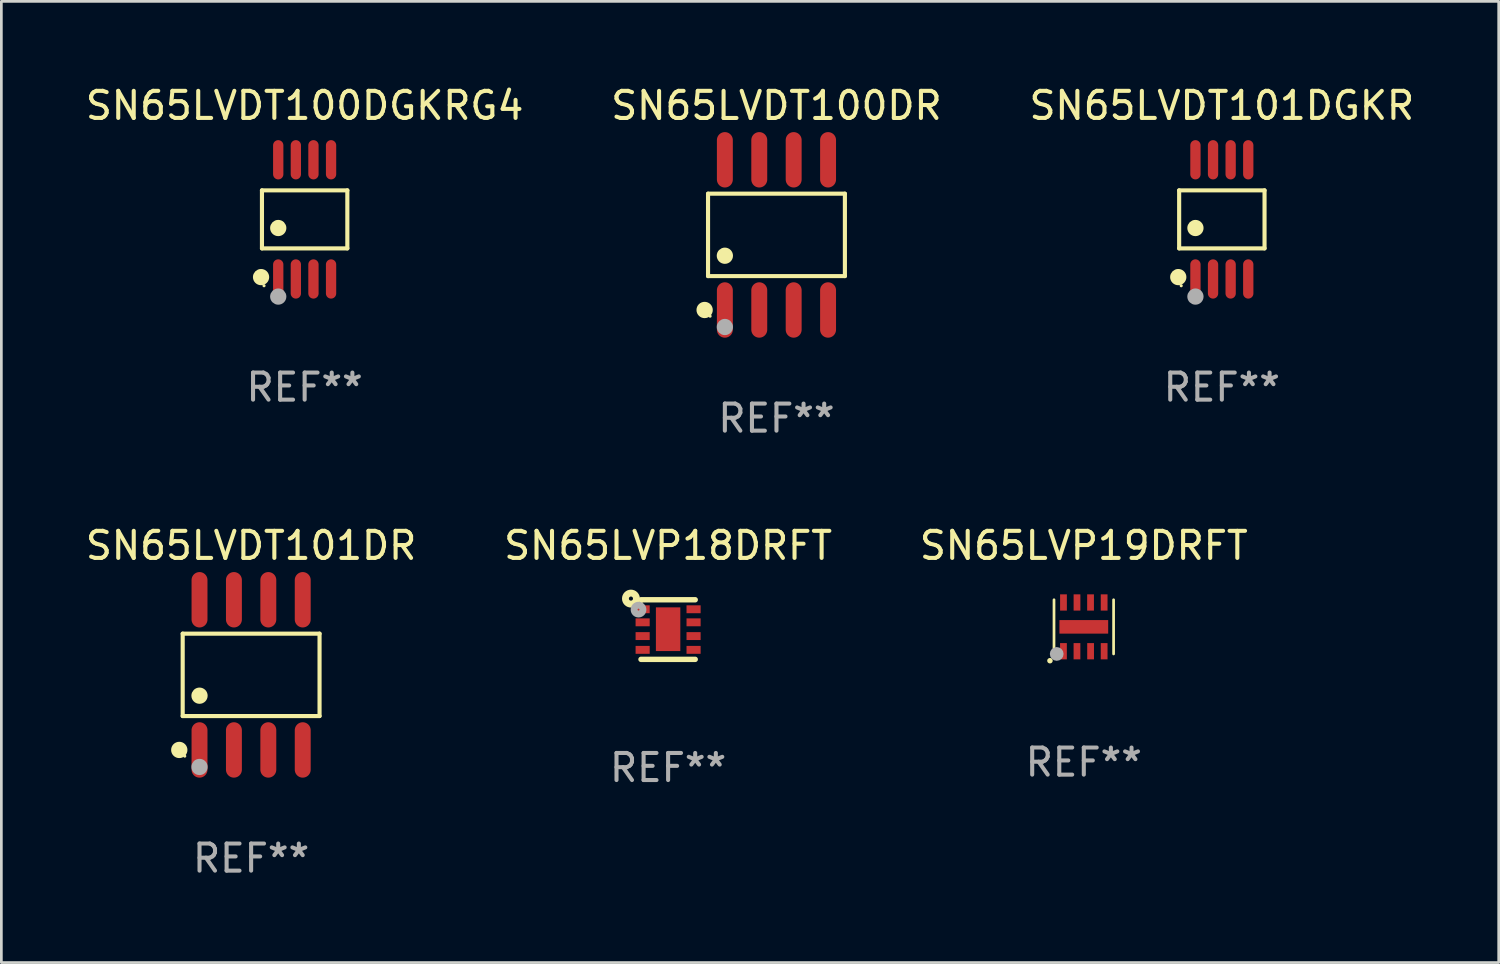
<source format=kicad_pcb>
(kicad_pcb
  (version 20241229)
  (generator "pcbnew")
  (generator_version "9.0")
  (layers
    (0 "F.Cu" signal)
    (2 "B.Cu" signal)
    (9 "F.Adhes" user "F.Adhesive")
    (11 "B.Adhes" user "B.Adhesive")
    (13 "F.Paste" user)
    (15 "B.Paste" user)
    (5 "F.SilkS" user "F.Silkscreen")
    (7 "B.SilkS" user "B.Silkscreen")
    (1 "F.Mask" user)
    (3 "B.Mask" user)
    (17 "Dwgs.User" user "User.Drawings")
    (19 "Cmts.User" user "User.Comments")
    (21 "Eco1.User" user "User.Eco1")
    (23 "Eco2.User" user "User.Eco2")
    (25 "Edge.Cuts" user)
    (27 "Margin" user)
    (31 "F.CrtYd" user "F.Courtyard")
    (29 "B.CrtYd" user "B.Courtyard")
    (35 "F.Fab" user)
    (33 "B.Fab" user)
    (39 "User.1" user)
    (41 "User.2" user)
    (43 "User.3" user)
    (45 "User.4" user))
  (footprint "SN65LVDT101DGKR"
    (layer "F.Cu")
    (at 42.054 5.048)
    (property "Reference" "SN65LVDT101DGKR" (at 0 -4.2 0) (layer "F.SilkS") (effects (font (size 1 1) (thickness 0.15))))
    (attr through_hole)
    (fp_line (start -1.576 -1.071) (end 1.576 -1.071) (stroke (width 0.152) (type solid)) (layer "F.SilkS"))
    (fp_line (start -1.576 1.071) (end -1.576 -1.071) (stroke (width 0.152) (type solid)) (layer "F.SilkS"))
    (fp_line (start 1.576 -1.071) (end 1.576 1.071) (stroke (width 0.152) (type solid)) (layer "F.SilkS"))
    (fp_line (start 1.576 1.071) (end -1.576 1.071) (stroke (width 0.152) (type solid)) (layer "F.SilkS"))
    (fp_circle (center -1.609 2.131) (end -1.459 2.131) (stroke (width 0.3) (type solid)) (fill no) (layer "F.SilkS"))
    (fp_circle (center -1.5 2.45) (end -1.47 2.45) (stroke (width 0.06) (type solid)) (fill no) (layer "F.SilkS"))
    (fp_circle (center -0.975 0.319) (end -0.825 0.319) (stroke (width 0.3) (type solid)) (fill no) (layer "F.SilkS"))
    (fp_circle (center -0.975 2.85) (end -0.825 2.85) (stroke (width 0.3) (type solid)) (fill no) (layer "F.Fab"))
    (fp_text user "REF**" (at 0 6.2 0) (layer "F.Fab") (effects (font (size 1 1) (thickness 0.15))))
    (pad "1" smd oval (at -0.975 2.2) (size 0.38 1.45) (layers "F.Cu" "F.Mask" "F.Paste"))
    (pad "2" smd oval (at -0.325 2.2) (size 0.38 1.45) (layers "F.Cu" "F.Mask" "F.Paste"))
    (pad "3" smd oval (at 0.325 2.2) (size 0.38 1.45) (layers "F.Cu" "F.Mask" "F.Paste"))
    (pad "4" smd oval (at 0.975 2.2) (size 0.38 1.45) (layers "F.Cu" "F.Mask" "F.Paste"))
    (pad "5" smd oval (at 0.975 -2.2) (size 0.38 1.45) (layers "F.Cu" "F.Mask" "F.Paste"))
    (pad "6" smd oval (at 0.325 -2.2) (size 0.38 1.45) (layers "F.Cu" "F.Mask" "F.Paste"))
    (pad "7" smd oval (at -0.325 -2.2) (size 0.38 1.45) (layers "F.Cu" "F.Mask" "F.Paste"))
    (pad "8" smd oval (at -0.975 -2.2) (size 0.38 1.45) (layers "F.Cu" "F.Mask" "F.Paste")))
  (footprint "SN65LVP19DRFT"
    (layer "F.Cu")
    (at 36.958 20.09)
    (property "Reference" "SN65LVP19DRFT" (at 0 -3 0) (layer "F.SilkS") (effects (font (size 1 1) (thickness 0.15))))
    (attr through_hole)
    (fp_line (start -1.1 1) (end -1.1 -1) (stroke (width 0.1) (type solid)) (layer "F.SilkS"))
    (fp_line (start 1.1 -1) (end 1.1 1) (stroke (width 0.1) (type solid)) (layer "F.SilkS"))
    (fp_arc (start -1.250572 1.249936) (mid -1.249302 1.249928) (end -1.248032 1.249936) (stroke (width 0.2) (type solid)) (layer "F.SilkS"))
    (fp_circle (center -1 1) (end -0.97 1) (stroke (width 0.06) (type solid)) (fill no) (layer "F.SilkS"))
    (fp_circle (center -1 1) (end -0.873 1) (stroke (width 0.254) (type solid)) (fill no) (layer "F.Fab"))
    (fp_text user "REF**" (at 0 5 0) (layer "F.Fab") (effects (font (size 1 1) (thickness 0.15))))
    (pad "1" smd rect (at -0.751 0.9) (size 0.25 0.6) (layers "F.Cu" "F.Mask" "F.Paste"))
    (pad "2" smd rect (at -0.252 0.9) (size 0.25 0.6) (layers "F.Cu" "F.Mask" "F.Paste"))
    (pad "3" smd rect (at 0.251 0.9) (size 0.25 0.6) (layers "F.Cu" "F.Mask" "F.Paste"))
    (pad "4" smd rect (at 0.751 0.9) (size 0.25 0.6) (layers "F.Cu" "F.Mask" "F.Paste"))
    (pad "5" smd rect (at 0.751 -0.9 180) (size 0.25 0.6) (layers "F.Cu" "F.Mask" "F.Paste"))
    (pad "6" smd rect (at 0.249 -0.9 180) (size 0.25 0.6) (layers "F.Cu" "F.Mask" "F.Paste"))
    (pad "7" smd rect (at -0.251 -0.9 180) (size 0.25 0.6) (layers "F.Cu" "F.Mask" "F.Paste"))
    (pad "8" smd rect (at -0.75 -0.9 180) (size 0.25 0.6) (layers "F.Cu" "F.Mask" "F.Paste"))
    (pad "9" smd rect (at 0.000102 -0.000025 270) (size 0.5 1.8) (layers "F.Cu" "F.Mask" "F.Paste")))
  (footprint "SN65LVDT100DR"
    (layer "F.Cu")
    (at 25.613 5.621)
    (property "Reference" "SN65LVDT100DR" (at 0 -4.772 0) (layer "F.SilkS") (effects (font (size 1 1) (thickness 0.15))))
    (attr through_hole)
    (fp_line (start -2.526 -1.521) (end 2.526 -1.521) (stroke (width 0.152) (type solid)) (layer "F.SilkS"))
    (fp_line (start -2.526 1.521) (end -2.526 -1.521) (stroke (width 0.152) (type solid)) (layer "F.SilkS"))
    (fp_line (start 2.526 -1.521) (end 2.526 1.521) (stroke (width 0.152) (type solid)) (layer "F.SilkS"))
    (fp_line (start 2.526 1.521) (end -2.526 1.521) (stroke (width 0.152) (type solid)) (layer "F.SilkS"))
    (fp_circle (center -2.652 2.772) (end -2.501 2.772) (stroke (width 0.3) (type solid)) (fill no) (layer "F.SilkS"))
    (fp_circle (center -2.45 3) (end -2.42 3) (stroke (width 0.06) (type solid)) (fill no) (layer "F.SilkS"))
    (fp_circle (center -1.905 0.769) (end -1.755 0.769) (stroke (width 0.3) (type solid)) (fill no) (layer "F.SilkS"))
    (fp_circle (center -1.905 3.4) (end -1.755 3.4) (stroke (width 0.3) (type solid)) (fill no) (layer "F.Fab"))
    (fp_text user "REF**" (at 0 6.772 0) (layer "F.Fab") (effects (font (size 1 1) (thickness 0.15))))
    (pad "1" smd oval (at -1.905 2.772) (size 0.588 2.045) (layers "F.Cu" "F.Mask" "F.Paste"))
    (pad "2" smd oval (at -0.635 2.772) (size 0.588 2.045) (layers "F.Cu" "F.Mask" "F.Paste"))
    (pad "3" smd oval (at 0.635 2.772) (size 0.588 2.045) (layers "F.Cu" "F.Mask" "F.Paste"))
    (pad "4" smd oval (at 1.905 2.772) (size 0.588 2.045) (layers "F.Cu" "F.Mask" "F.Paste"))
    (pad "5" smd oval (at 1.905 -2.772) (size 0.588 2.045) (layers "F.Cu" "F.Mask" "F.Paste"))
    (pad "6" smd oval (at 0.635 -2.772) (size 0.588 2.045) (layers "F.Cu" "F.Mask" "F.Paste"))
    (pad "7" smd oval (at -0.635 -2.772) (size 0.588 2.045) (layers "F.Cu" "F.Mask" "F.Paste"))
    (pad "8" smd oval (at -1.905 -2.772) (size 0.588 2.045) (layers "F.Cu" "F.Mask" "F.Paste")))
  (footprint "SN65LVP18DRFT"
    (layer "F.Cu")
    (at 21.613 20.19)
    (property "Reference" "SN65LVP18DRFT" (at 0 -3.1 0) (layer "F.SilkS") (effects (font (size 1 1) (thickness 0.15))))
    (attr through_hole)
    (fp_line (start -1 1.1) (end 1 1.1) (stroke (width 0.201) (type solid)) (layer "F.SilkS"))
    (fp_line (start 1 -1.1) (end -1 -1.1) (stroke (width 0.201) (type solid)) (layer "F.SilkS"))
    (fp_circle (center -1.372 -1.143) (end -1.296 -1.143) (stroke (width 0.254) (type solid)) (fill no) (layer "F.SilkS"))
    (fp_circle (center -1 -1) (end -0.97 -1) (stroke (width 0.06) (type solid)) (fill no) (layer "F.SilkS"))
    (fp_circle (center -1.092 -0.736) (end -1.056 -0.736) (stroke (width 0.254) (type solid)) (fill no) (layer "F.Fab"))
    (fp_text user "REF**" (at 0 5.1 0) (layer "F.Fab") (effects (font (size 1 1) (thickness 0.15))))
    (pad "1" smd rect (at -0.94 -0.749 90) (size 0.292 0.521) (layers "F.Cu" "F.Mask" "F.Paste"))
    (pad "2" smd rect (at -0.94 -0.267 90) (size 0.292 0.521) (layers "F.Cu" "F.Mask" "F.Paste"))
    (pad "3" smd rect (at -0.94 0.241 90) (size 0.292 0.521) (layers "F.Cu" "F.Mask" "F.Paste"))
    (pad "4" smd rect (at -0.94 0.749 90) (size 0.292 0.521) (layers "F.Cu" "F.Mask" "F.Paste"))
    (pad "5" smd rect (at 0.94 0.749 90) (size 0.292 0.521) (layers "F.Cu" "F.Mask" "F.Paste"))
    (pad "6" smd rect (at 0.94 0.241 90) (size 0.292 0.521) (layers "F.Cu" "F.Mask" "F.Paste"))
    (pad "7" smd rect (at 0.94 -0.267 90) (size 0.292 0.521) (layers "F.Cu" "F.Mask" "F.Paste"))
    (pad "8" smd rect (at 0.94 -0.749 90) (size 0.292 0.521) (layers "F.Cu" "F.Mask" "F.Paste"))
    (pad "9" smd rect (at 0.000051 -0.013) (size 0.902 1.613) (layers "F.Cu" "F.Mask" "F.Paste")))
  (footprint "SN65LVDT100DGKRG4"
    (layer "F.Cu")
    (at 8.196 5.048)
    (property "Reference" "SN65LVDT100DGKRG4" (at 0 -4.2 0) (layer "F.SilkS") (effects (font (size 1 1) (thickness 0.15))))
    (attr through_hole)
    (fp_line (start -1.576 -1.071) (end 1.576 -1.071) (stroke (width 0.152) (type solid)) (layer "F.SilkS"))
    (fp_line (start -1.576 1.071) (end -1.576 -1.071) (stroke (width 0.152) (type solid)) (layer "F.SilkS"))
    (fp_line (start 1.576 -1.071) (end 1.576 1.071) (stroke (width 0.152) (type solid)) (layer "F.SilkS"))
    (fp_line (start 1.576 1.071) (end -1.576 1.071) (stroke (width 0.152) (type solid)) (layer "F.SilkS"))
    (fp_circle (center -1.609 2.131) (end -1.459 2.131) (stroke (width 0.3) (type solid)) (fill no) (layer "F.SilkS"))
    (fp_circle (center -1.5 2.45) (end -1.47 2.45) (stroke (width 0.06) (type solid)) (fill no) (layer "F.SilkS"))
    (fp_circle (center -0.975 0.319) (end -0.825 0.319) (stroke (width 0.3) (type solid)) (fill no) (layer "F.SilkS"))
    (fp_circle (center -0.975 2.85) (end -0.825 2.85) (stroke (width 0.3) (type solid)) (fill no) (layer "F.Fab"))
    (fp_text user "REF**" (at 0 6.2 0) (layer "F.Fab") (effects (font (size 1 1) (thickness 0.15))))
    (pad "1" smd oval (at -0.975 2.2) (size 0.38 1.45) (layers "F.Cu" "F.Mask" "F.Paste"))
    (pad "2" smd oval (at -0.325 2.2) (size 0.38 1.45) (layers "F.Cu" "F.Mask" "F.Paste"))
    (pad "3" smd oval (at 0.325 2.2) (size 0.38 1.45) (layers "F.Cu" "F.Mask" "F.Paste"))
    (pad "4" smd oval (at 0.975 2.2) (size 0.38 1.45) (layers "F.Cu" "F.Mask" "F.Paste"))
    (pad "5" smd oval (at 0.975 -2.2) (size 0.38 1.45) (layers "F.Cu" "F.Mask" "F.Paste"))
    (pad "6" smd oval (at 0.325 -2.2) (size 0.38 1.45) (layers "F.Cu" "F.Mask" "F.Paste"))
    (pad "7" smd oval (at -0.325 -2.2) (size 0.38 1.45) (layers "F.Cu" "F.Mask" "F.Paste"))
    (pad "8" smd oval (at -0.975 -2.2) (size 0.38 1.45) (layers "F.Cu" "F.Mask" "F.Paste")))
  (footprint "SN65LVDT101DR"
    (layer "F.Cu")
    (at 6.22 21.862)
    (property "Reference" "SN65LVDT101DR" (at 0 -4.772 0) (layer "F.SilkS") (effects (font (size 1 1) (thickness 0.15))))
    (attr through_hole)
    (fp_line (start -2.526 -1.521) (end 2.526 -1.521) (stroke (width 0.152) (type solid)) (layer "F.SilkS"))
    (fp_line (start -2.526 1.521) (end -2.526 -1.521) (stroke (width 0.152) (type solid)) (layer "F.SilkS"))
    (fp_line (start 2.526 -1.521) (end 2.526 1.521) (stroke (width 0.152) (type solid)) (layer "F.SilkS"))
    (fp_line (start 2.526 1.521) (end -2.526 1.521) (stroke (width 0.152) (type solid)) (layer "F.SilkS"))
    (fp_circle (center -2.652 2.772) (end -2.501 2.772) (stroke (width 0.3) (type solid)) (fill no) (layer "F.SilkS"))
    (fp_circle (center -2.45 3) (end -2.42 3) (stroke (width 0.06) (type solid)) (fill no) (layer "F.SilkS"))
    (fp_circle (center -1.905 0.769) (end -1.755 0.769) (stroke (width 0.3) (type solid)) (fill no) (layer "F.SilkS"))
    (fp_circle (center -1.905 3.4) (end -1.755 3.4) (stroke (width 0.3) (type solid)) (fill no) (layer "F.Fab"))
    (fp_text user "REF**" (at 0 6.772 0) (layer "F.Fab") (effects (font (size 1 1) (thickness 0.15))))
    (pad "1" smd oval (at -1.905 2.772) (size 0.588 2.045) (layers "F.Cu" "F.Mask" "F.Paste"))
    (pad "2" smd oval (at -0.635 2.772) (size 0.588 2.045) (layers "F.Cu" "F.Mask" "F.Paste"))
    (pad "3" smd oval (at 0.635 2.772) (size 0.588 2.045) (layers "F.Cu" "F.Mask" "F.Paste"))
    (pad "4" smd oval (at 1.905 2.772) (size 0.588 2.045) (layers "F.Cu" "F.Mask" "F.Paste"))
    (pad "5" smd oval (at 1.905 -2.772) (size 0.588 2.045) (layers "F.Cu" "F.Mask" "F.Paste"))
    (pad "6" smd oval (at 0.635 -2.772) (size 0.588 2.045) (layers "F.Cu" "F.Mask" "F.Paste"))
    (pad "7" smd oval (at -0.635 -2.772) (size 0.588 2.045) (layers "F.Cu" "F.Mask" "F.Paste"))
    (pad "8" smd oval (at -1.905 -2.772) (size 0.588 2.045) (layers "F.Cu" "F.Mask" "F.Paste")))
  (gr_rect
    (start -3 -3)
    (end 52.274 32.483)
    (stroke (width 0.1) (type default))
    (fill no)
    (layer "Edge.Cuts")))
</source>
